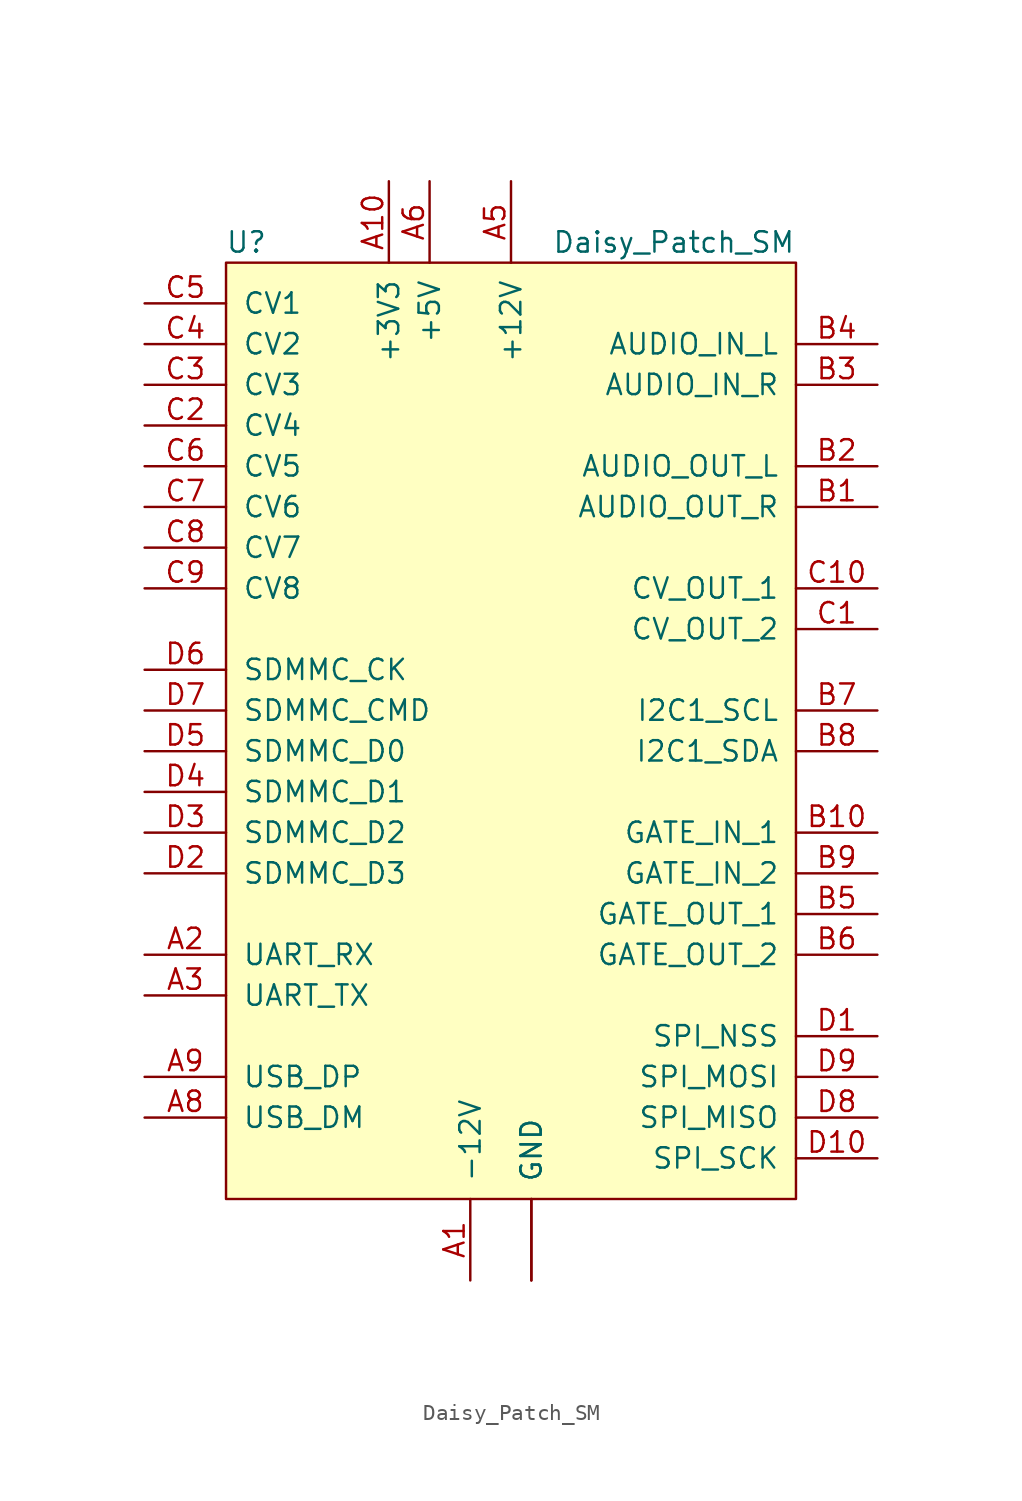
<source format=kicad_sym>
(kicad_symbol_lib
  (version 20220914)
  (generator kicad_symbol_editor)
  (symbol "Daisy_Patch_SM"
    (pin_names
      (offset 1.016))
    (property "Reference" "U"
      (at -16.51 29.21 0)
      (effects (font (size 1.27 1.27))))
    (property "Value" "Daisy_Patch_SM"
      (at 10.16 29.21 0)
      (effects (font (size 1.27 1.27))))
    (symbol "Daisy_Patch_SM_1_0"
      (rectangle (start -17.78 27.94) (end 17.78 -30.48) (stroke (width 0) (type default)) (fill (type background)))
      (pin power_in line (at -2.54 -35.56 90) (length 5.08) (name "-12V" (effects (font (size 1.27 1.27)))) (number "A1" (effects (font (size 1.27 1.27)))))
      (pin power_out line (at -7.62 33.02 270) (length 5.08) (name "+3V3" (effects (font (size 1.27 1.27)))) (number "A10" (effects (font (size 1.27 1.27)))))
      (pin bidirectional line (at -22.86 -15.24 0) (length 5.08) (name "UART_RX" (effects (font (size 1.27 1.27)))) (number "A2" (effects (font (size 1.27 1.27)))))
      (pin bidirectional line (at -22.86 -17.78 0) (length 5.08) (name "UART_TX" (effects (font (size 1.27 1.27)))) (number "A3" (effects (font (size 1.27 1.27)))))
      (pin passive line (at 1.27 -35.56 90) (length 5.08) (name "GND" (effects (font (size 1.27 1.27)))) (number "A4" (effects (font (size 0 0)))))
      (pin power_in line (at 0 33.02 270) (length 5.08) (name "+12V" (effects (font (size 1.27 1.27)))) (number "A5" (effects (font (size 1.27 1.27)))))
      (pin power_out line (at -5.08 33.02 270) (length 5.08) (name "+5V" (effects (font (size 1.27 1.27)))) (number "A6" (effects (font (size 1.27 1.27)))))
      (pin passive line (at 1.27 -35.56 90) (length 5.08) (name "GND" (effects (font (size 1.27 1.27)))) (number "A7" (effects (font (size 0 0)))))
      (pin bidirectional line (at -22.86 -25.4 0) (length 5.08) (name "USB_DM" (effects (font (size 1.27 1.27)))) (number "A8" (effects (font (size 1.27 1.27)))))
      (pin bidirectional line (at -22.86 -22.86 0) (length 5.08) (name "USB_DP" (effects (font (size 1.27 1.27)))) (number "A9" (effects (font (size 1.27 1.27)))))
      (pin output line (at 22.86 12.7 180) (length 5.08) (name "AUDIO_OUT_R" (effects (font (size 1.27 1.27)))) (number "B1" (effects (font (size 1.27 1.27)))))
      (pin bidirectional line (at 22.86 -7.62 180) (length 5.08) (name "GATE_IN_1" (effects (font (size 1.27 1.27)))) (number "B10" (effects (font (size 1.27 1.27)))))
      (pin output line (at 22.86 15.24 180) (length 5.08) (name "AUDIO_OUT_L" (effects (font (size 1.27 1.27)))) (number "B2" (effects (font (size 1.27 1.27)))))
      (pin input line (at 22.86 20.32 180) (length 5.08) (name "AUDIO_IN_R" (effects (font (size 1.27 1.27)))) (number "B3" (effects (font (size 1.27 1.27)))))
      (pin input line (at 22.86 22.86 180) (length 5.08) (name "AUDIO_IN_L" (effects (font (size 1.27 1.27)))) (number "B4" (effects (font (size 1.27 1.27)))))
      (pin bidirectional line (at 22.86 -12.7 180) (length 5.08) (name "GATE_OUT_1" (effects (font (size 1.27 1.27)))) (number "B5" (effects (font (size 1.27 1.27)))))
      (pin bidirectional line (at 22.86 -15.24 180) (length 5.08) (name "GATE_OUT_2" (effects (font (size 1.27 1.27)))) (number "B6" (effects (font (size 1.27 1.27)))))
      (pin bidirectional line (at 22.86 0 180) (length 5.08) (name "I2C1_SCL" (effects (font (size 1.27 1.27)))) (number "B7" (effects (font (size 1.27 1.27)))))
      (pin bidirectional line (at 22.86 -2.54 180) (length 5.08) (name "I2C1_SDA" (effects (font (size 1.27 1.27)))) (number "B8" (effects (font (size 1.27 1.27)))))
      (pin bidirectional line (at 22.86 -10.16 180) (length 5.08) (name "GATE_IN_2" (effects (font (size 1.27 1.27)))) (number "B9" (effects (font (size 1.27 1.27)))))
      (pin bidirectional line (at 22.86 5.08 180) (length 5.08) (name "CV_OUT_2" (effects (font (size 1.27 1.27)))) (number "C1" (effects (font (size 1.27 1.27)))))
      (pin bidirectional line (at 22.86 7.62 180) (length 5.08) (name "CV_OUT_1" (effects (font (size 1.27 1.27)))) (number "C10" (effects (font (size 1.27 1.27)))))
      (pin bidirectional line (at -22.86 17.78 0) (length 5.08) (name "CV4" (effects (font (size 1.27 1.27)))) (number "C2" (effects (font (size 1.27 1.27)))))
      (pin bidirectional line (at -22.86 20.32 0) (length 5.08) (name "CV3" (effects (font (size 1.27 1.27)))) (number "C3" (effects (font (size 1.27 1.27)))))
      (pin bidirectional line (at -22.86 22.86 0) (length 5.08) (name "CV2" (effects (font (size 1.27 1.27)))) (number "C4" (effects (font (size 1.27 1.27)))))
      (pin bidirectional line (at -22.86 25.4 0) (length 5.08) (name "CV1" (effects (font (size 1.27 1.27)))) (number "C5" (effects (font (size 1.27 1.27)))))
      (pin bidirectional line (at -22.86 15.24 0) (length 5.08) (name "CV5" (effects (font (size 1.27 1.27)))) (number "C6" (effects (font (size 1.27 1.27)))))
      (pin bidirectional line (at -22.86 12.7 0) (length 5.08) (name "CV6" (effects (font (size 1.27 1.27)))) (number "C7" (effects (font (size 1.27 1.27)))))
      (pin bidirectional line (at -22.86 10.16 0) (length 5.08) (name "CV7" (effects (font (size 1.27 1.27)))) (number "C8" (effects (font (size 1.27 1.27)))))
      (pin bidirectional line (at -22.86 7.62 0) (length 5.08) (name "CV8" (effects (font (size 1.27 1.27)))) (number "C9" (effects (font (size 1.27 1.27)))))
      (pin bidirectional line (at 22.86 -20.32 180) (length 5.08) (name "SPI_NSS" (effects (font (size 1.27 1.27)))) (number "D1" (effects (font (size 1.27 1.27)))))
      (pin bidirectional line (at 22.86 -27.94 180) (length 5.08) (name "SPI_SCK" (effects (font (size 1.27 1.27)))) (number "D10" (effects (font (size 1.27 1.27)))))
      (pin bidirectional line (at -22.86 -10.16 0) (length 5.08) (name "SDMMC_D3" (effects (font (size 1.27 1.27)))) (number "D2" (effects (font (size 1.27 1.27)))))
      (pin bidirectional line (at -22.86 -7.62 0) (length 5.08) (name "SDMMC_D2" (effects (font (size 1.27 1.27)))) (number "D3" (effects (font (size 1.27 1.27)))))
      (pin bidirectional line (at -22.86 -5.08 0) (length 5.08) (name "SDMMC_D1" (effects (font (size 1.27 1.27)))) (number "D4" (effects (font (size 1.27 1.27)))))
      (pin bidirectional line (at -22.86 -2.54 0) (length 5.08) (name "SDMMC_D0" (effects (font (size 1.27 1.27)))) (number "D5" (effects (font (size 1.27 1.27)))))
      (pin bidirectional line (at -22.86 2.54 0) (length 5.08) (name "SDMMC_CK" (effects (font (size 1.27 1.27)))) (number "D6" (effects (font (size 1.27 1.27)))))
      (pin bidirectional line (at -22.86 0 0) (length 5.08) (name "SDMMC_CMD" (effects (font (size 1.27 1.27)))) (number "D7" (effects (font (size 1.27 1.27)))))
      (pin bidirectional line (at 22.86 -25.4 180) (length 5.08) (name "SPI_MISO" (effects (font (size 1.27 1.27)))) (number "D8" (effects (font (size 1.27 1.27)))))
      (pin bidirectional line (at 22.86 -22.86 180) (length 5.08) (name "SPI_MOSI" (effects (font (size 1.27 1.27)))) (number "D9" (effects (font (size 1.27 1.27))))))))
</source>
